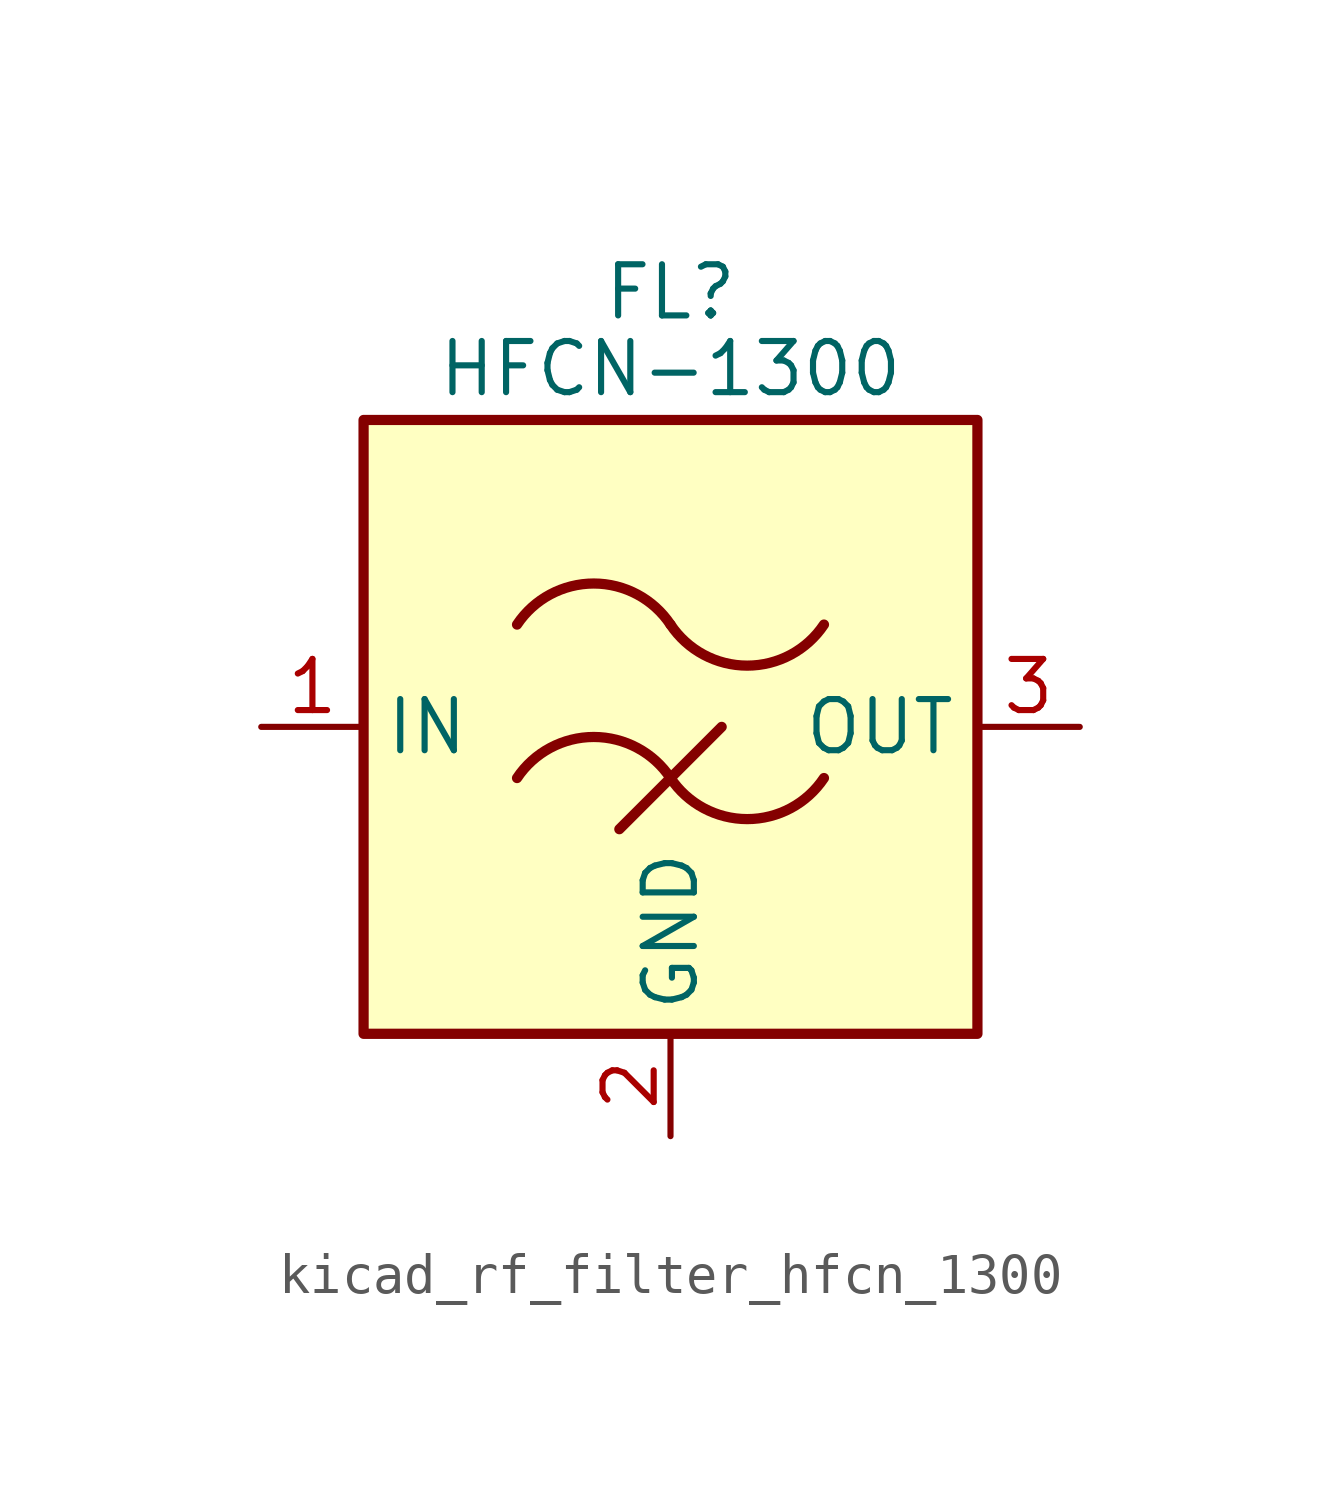
<source format=kicad_sym>
(kicad_symbol_lib
  (version 20220914)
  (generator kicad_symbol_editor)
  (symbol "kicad_rf_filter_hfcn_1300"
    (property "Reference" "FL"
      (at 0 10.795 0)
      (effects (font (size 1.27 1.27))))
    (property "Value" "HFCN-1300"
      (at 0 8.89 0)
      (effects (font (size 1.27 1.27))))
    (symbol "kicad_rf_filter_hfcn_1300_0_1"
      (rectangle (start -7.62 7.62) (end 7.62 -7.62) (stroke (width 0.254) (type default)) (fill (type background)))
      (arc (start 0 -1.27) (mid -1.905 -0.2505) (end -3.81 -1.27) (stroke (width 0.254) (type default)) (fill (type none)))
      (arc (start 0 -1.27) (mid 1.905 -2.2895) (end 3.81 -1.27) (stroke (width 0.254) (type default)) (fill (type none)))
      (polyline (pts (xy -1.27 -2.54) (xy 1.27 0)) (stroke (width 0.254) (type default)) (fill (type none)))
      (arc (start 0 2.54) (mid -1.905 3.5595) (end -3.81 2.54) (stroke (width 0.254) (type default)) (fill (type none)))
      (arc (start 0 2.54) (mid 1.905 1.5205) (end 3.81 2.54) (stroke (width 0.254) (type default)) (fill (type none))))
    (symbol "kicad_rf_filter_hfcn_1300_1_1"
      (pin passive line (at -10.16 0 0) (length 2.54) (name "IN" (effects (font (size 1.27 1.27)))) (number "1" (effects (font (size 1.27 1.27)))))
      (pin passive line (at 0 -10.16 90) (length 2.54) (name "GND" (effects (font (size 1.27 1.27)))) (number "2" (effects (font (size 1.27 1.27)))))
      (pin passive line (at 10.16 0 180) (length 2.54) (name "OUT" (effects (font (size 1.27 1.27)))) (number "3" (effects (font (size 1.27 1.27)))))
      (pin passive line (at 0 -10.16 90) (length 2.54) hide (name "GND" (effects (font (size 1.27 1.27)))) (number "4" (effects (font (size 1.27 1.27))))))))
</source>
